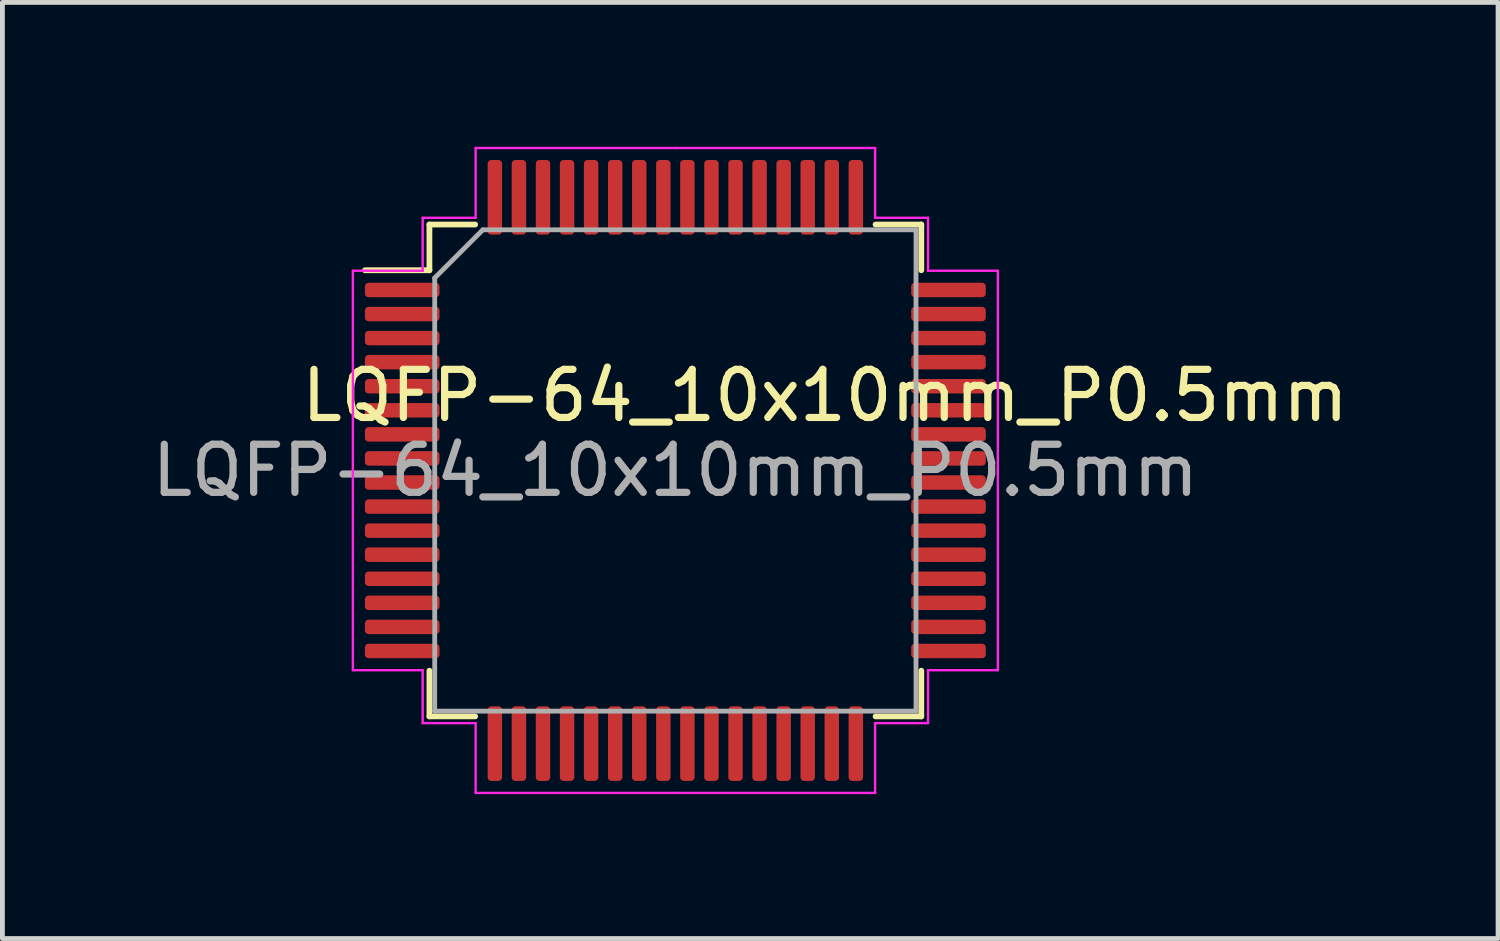
<source format=kicad_pcb>
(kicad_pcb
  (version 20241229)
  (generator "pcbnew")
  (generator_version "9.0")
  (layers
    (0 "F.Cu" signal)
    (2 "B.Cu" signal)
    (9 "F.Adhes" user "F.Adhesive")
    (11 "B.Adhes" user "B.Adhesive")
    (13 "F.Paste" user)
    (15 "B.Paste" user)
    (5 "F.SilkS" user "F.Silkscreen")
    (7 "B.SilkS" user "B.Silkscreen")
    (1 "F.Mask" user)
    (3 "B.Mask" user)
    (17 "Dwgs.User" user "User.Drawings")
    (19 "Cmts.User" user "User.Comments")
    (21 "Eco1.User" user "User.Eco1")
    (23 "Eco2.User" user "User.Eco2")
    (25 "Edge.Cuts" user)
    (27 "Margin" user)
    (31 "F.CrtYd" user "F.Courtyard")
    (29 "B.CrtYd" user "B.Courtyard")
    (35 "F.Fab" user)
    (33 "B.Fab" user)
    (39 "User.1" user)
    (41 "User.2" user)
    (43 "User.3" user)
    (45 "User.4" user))
  (footprint "LQFP-64_10x10mm_P0.5mm"
    (layer "F.Cu")
    (at 10.982 6.725)
    (property "Reference" "LQFP-64_10x10mm_P0.5mm" (at 3.111 -1.556 180) (layer "F.SilkS") (effects (font (size 1 1) (thickness 0.15))))
    (attr smd allow_missing_courtyard)
    (fp_line (start -5.11 -5.11) (end -5.11 -4.16) (stroke (width 0.12) (type solid)) (layer "F.SilkS"))
    (fp_line (start -5.11 -4.16) (end -6.45 -4.16) (stroke (width 0.12) (type solid)) (layer "F.SilkS"))
    (fp_line (start -5.11 5.11) (end -5.11 4.16) (stroke (width 0.12) (type solid)) (layer "F.SilkS"))
    (fp_line (start -4.16 -5.11) (end -5.11 -5.11) (stroke (width 0.12) (type solid)) (layer "F.SilkS"))
    (fp_line (start -4.16 5.11) (end -5.11 5.11) (stroke (width 0.12) (type solid)) (layer "F.SilkS"))
    (fp_line (start 4.16 -5.11) (end 5.11 -5.11) (stroke (width 0.12) (type solid)) (layer "F.SilkS"))
    (fp_line (start 4.16 5.11) (end 5.11 5.11) (stroke (width 0.12) (type solid)) (layer "F.SilkS"))
    (fp_line (start 5.11 -5.11) (end 5.11 -4.16) (stroke (width 0.12) (type solid)) (layer "F.SilkS"))
    (fp_line (start 5.11 5.11) (end 5.11 4.16) (stroke (width 0.12) (type solid)) (layer "F.SilkS"))
    (fp_line (start -6.7 -4.15) (end -6.7 0) (stroke (width 0.05) (type solid)) (layer "F.CrtYd"))
    (fp_line (start -6.7 4.15) (end -6.7 0) (stroke (width 0.05) (type solid)) (layer "F.CrtYd"))
    (fp_line (start -5.25 -5.25) (end -5.25 -4.15) (stroke (width 0.05) (type solid)) (layer "F.CrtYd"))
    (fp_line (start -5.25 -4.15) (end -6.7 -4.15) (stroke (width 0.05) (type solid)) (layer "F.CrtYd"))
    (fp_line (start -5.25 4.15) (end -6.7 4.15) (stroke (width 0.05) (type solid)) (layer "F.CrtYd"))
    (fp_line (start -5.25 5.25) (end -5.25 4.15) (stroke (width 0.05) (type solid)) (layer "F.CrtYd"))
    (fp_line (start -4.15 -6.7) (end -4.15 -5.25) (stroke (width 0.05) (type solid)) (layer "F.CrtYd"))
    (fp_line (start -4.15 -5.25) (end -5.25 -5.25) (stroke (width 0.05) (type solid)) (layer "F.CrtYd"))
    (fp_line (start -4.15 5.25) (end -5.25 5.25) (stroke (width 0.05) (type solid)) (layer "F.CrtYd"))
    (fp_line (start -4.15 6.7) (end -4.15 5.25) (stroke (width 0.05) (type solid)) (layer "F.CrtYd"))
    (fp_line (start 0 -6.7) (end -4.15 -6.7) (stroke (width 0.05) (type solid)) (layer "F.CrtYd"))
    (fp_line (start 0 -6.7) (end 4.15 -6.7) (stroke (width 0.05) (type solid)) (layer "F.CrtYd"))
    (fp_line (start 0 6.7) (end -4.15 6.7) (stroke (width 0.05) (type solid)) (layer "F.CrtYd"))
    (fp_line (start 0 6.7) (end 4.15 6.7) (stroke (width 0.05) (type solid)) (layer "F.CrtYd"))
    (fp_line (start 4.15 -6.7) (end 4.15 -5.25) (stroke (width 0.05) (type solid)) (layer "F.CrtYd"))
    (fp_line (start 4.15 -5.25) (end 5.25 -5.25) (stroke (width 0.05) (type solid)) (layer "F.CrtYd"))
    (fp_line (start 4.15 5.25) (end 5.25 5.25) (stroke (width 0.05) (type solid)) (layer "F.CrtYd"))
    (fp_line (start 4.15 6.7) (end 4.15 5.25) (stroke (width 0.05) (type solid)) (layer "F.CrtYd"))
    (fp_line (start 5.25 -5.25) (end 5.25 -4.15) (stroke (width 0.05) (type solid)) (layer "F.CrtYd"))
    (fp_line (start 5.25 -4.15) (end 6.7 -4.15) (stroke (width 0.05) (type solid)) (layer "F.CrtYd"))
    (fp_line (start 5.25 4.15) (end 6.7 4.15) (stroke (width 0.05) (type solid)) (layer "F.CrtYd"))
    (fp_line (start 5.25 5.25) (end 5.25 4.15) (stroke (width 0.05) (type solid)) (layer "F.CrtYd"))
    (fp_line (start 6.7 -4.15) (end 6.7 0) (stroke (width 0.05) (type solid)) (layer "F.CrtYd"))
    (fp_line (start 6.7 4.15) (end 6.7 0) (stroke (width 0.05) (type solid)) (layer "F.CrtYd"))
    (fp_line (start -5 -4) (end -4 -5) (stroke (width 0.1) (type solid)) (layer "F.Fab"))
    (fp_line (start -5 5) (end -5 -4) (stroke (width 0.1) (type solid)) (layer "F.Fab"))
    (fp_line (start -4 -5) (end 5 -5) (stroke (width 0.1) (type solid)) (layer "F.Fab"))
    (fp_line (start 5 -5) (end 5 5) (stroke (width 0.1) (type solid)) (layer "F.Fab"))
    (fp_line (start 5 5) (end -5 5) (stroke (width 0.1) (type solid)) (layer "F.Fab"))
    (fp_text user "${REFERENCE}" (at 0 0 180) (layer "F.Fab") (effects (font (size 1 1) (thickness 0.15))))
    (pad "1" smd roundrect (at -5.675 -3.75) (size 1.55 0.3) (layers "F.Cu" "F.Mask" "F.Paste") (roundrect_rratio 0.25))
    (pad "2" smd roundrect (at -5.675 -3.25) (size 1.55 0.3) (layers "F.Cu" "F.Mask" "F.Paste") (roundrect_rratio 0.25))
    (pad "3" smd roundrect (at -5.675 -2.75) (size 1.55 0.3) (layers "F.Cu" "F.Mask" "F.Paste") (roundrect_rratio 0.25))
    (pad "4" smd roundrect (at -5.675 -2.25) (size 1.55 0.3) (layers "F.Cu" "F.Mask" "F.Paste") (roundrect_rratio 0.25))
    (pad "5" smd roundrect (at -5.675 -1.75) (size 1.55 0.3) (layers "F.Cu" "F.Mask" "F.Paste") (roundrect_rratio 0.25))
    (pad "6" smd roundrect (at -5.675 -1.25) (size 1.55 0.3) (layers "F.Cu" "F.Mask" "F.Paste") (roundrect_rratio 0.25))
    (pad "7" smd roundrect (at -5.675 -0.75) (size 1.55 0.3) (layers "F.Cu" "F.Mask" "F.Paste") (roundrect_rratio 0.25))
    (pad "8" smd roundrect (at -5.675 -0.25) (size 1.55 0.3) (layers "F.Cu" "F.Mask" "F.Paste") (roundrect_rratio 0.25))
    (pad "9" smd roundrect (at -5.675 0.25) (size 1.55 0.3) (layers "F.Cu" "F.Mask" "F.Paste") (roundrect_rratio 0.25))
    (pad "10" smd roundrect (at -5.675 0.75) (size 1.55 0.3) (layers "F.Cu" "F.Mask" "F.Paste") (roundrect_rratio 0.25))
    (pad "11" smd roundrect (at -5.675 1.25) (size 1.55 0.3) (layers "F.Cu" "F.Mask" "F.Paste") (roundrect_rratio 0.25))
    (pad "12" smd roundrect (at -5.675 1.75) (size 1.55 0.3) (layers "F.Cu" "F.Mask" "F.Paste") (roundrect_rratio 0.25))
    (pad "13" smd roundrect (at -5.675 2.25) (size 1.55 0.3) (layers "F.Cu" "F.Mask" "F.Paste") (roundrect_rratio 0.25))
    (pad "14" smd roundrect (at -5.675 2.75) (size 1.55 0.3) (layers "F.Cu" "F.Mask" "F.Paste") (roundrect_rratio 0.25))
    (pad "15" smd roundrect (at -5.675 3.25) (size 1.55 0.3) (layers "F.Cu" "F.Mask" "F.Paste") (roundrect_rratio 0.25))
    (pad "16" smd roundrect (at -5.675 3.75) (size 1.55 0.3) (layers "F.Cu" "F.Mask" "F.Paste") (roundrect_rratio 0.25))
    (pad "17" smd roundrect (at -3.75 5.675) (size 0.3 1.55) (layers "F.Cu" "F.Mask" "F.Paste") (roundrect_rratio 0.25))
    (pad "18" smd roundrect (at -3.25 5.675) (size 0.3 1.55) (layers "F.Cu" "F.Mask" "F.Paste") (roundrect_rratio 0.25))
    (pad "19" smd roundrect (at -2.75 5.675) (size 0.3 1.55) (layers "F.Cu" "F.Mask" "F.Paste") (roundrect_rratio 0.25))
    (pad "20" smd roundrect (at -2.25 5.675) (size 0.3 1.55) (layers "F.Cu" "F.Mask" "F.Paste") (roundrect_rratio 0.25))
    (pad "21" smd roundrect (at -1.75 5.675) (size 0.3 1.55) (layers "F.Cu" "F.Mask" "F.Paste") (roundrect_rratio 0.25))
    (pad "22" smd roundrect (at -1.25 5.675) (size 0.3 1.55) (layers "F.Cu" "F.Mask" "F.Paste") (roundrect_rratio 0.25))
    (pad "23" smd roundrect (at -0.75 5.675) (size 0.3 1.55) (layers "F.Cu" "F.Mask" "F.Paste") (roundrect_rratio 0.25))
    (pad "24" smd roundrect (at -0.25 5.675) (size 0.3 1.55) (layers "F.Cu" "F.Mask" "F.Paste") (roundrect_rratio 0.25))
    (pad "25" smd roundrect (at 0.25 5.675) (size 0.3 1.55) (layers "F.Cu" "F.Mask" "F.Paste") (roundrect_rratio 0.25))
    (pad "26" smd roundrect (at 0.75 5.675) (size 0.3 1.55) (layers "F.Cu" "F.Mask" "F.Paste") (roundrect_rratio 0.25))
    (pad "27" smd roundrect (at 1.25 5.675) (size 0.3 1.55) (layers "F.Cu" "F.Mask" "F.Paste") (roundrect_rratio 0.25))
    (pad "28" smd roundrect (at 1.75 5.675) (size 0.3 1.55) (layers "F.Cu" "F.Mask" "F.Paste") (roundrect_rratio 0.25))
    (pad "29" smd roundrect (at 2.25 5.675) (size 0.3 1.55) (layers "F.Cu" "F.Mask" "F.Paste") (roundrect_rratio 0.25))
    (pad "30" smd roundrect (at 2.75 5.675) (size 0.3 1.55) (layers "F.Cu" "F.Mask" "F.Paste") (roundrect_rratio 0.25))
    (pad "31" smd roundrect (at 3.25 5.675) (size 0.3 1.55) (layers "F.Cu" "F.Mask" "F.Paste") (roundrect_rratio 0.25))
    (pad "32" smd roundrect (at 3.75 5.675) (size 0.3 1.55) (layers "F.Cu" "F.Mask" "F.Paste") (roundrect_rratio 0.25))
    (pad "33" smd roundrect (at 5.675 3.75) (size 1.55 0.3) (layers "F.Cu" "F.Mask" "F.Paste") (roundrect_rratio 0.25))
    (pad "34" smd roundrect (at 5.675 3.25) (size 1.55 0.3) (layers "F.Cu" "F.Mask" "F.Paste") (roundrect_rratio 0.25))
    (pad "35" smd roundrect (at 5.675 2.75) (size 1.55 0.3) (layers "F.Cu" "F.Mask" "F.Paste") (roundrect_rratio 0.25))
    (pad "36" smd roundrect (at 5.675 2.25) (size 1.55 0.3) (layers "F.Cu" "F.Mask" "F.Paste") (roundrect_rratio 0.25))
    (pad "37" smd roundrect (at 5.675 1.75) (size 1.55 0.3) (layers "F.Cu" "F.Mask" "F.Paste") (roundrect_rratio 0.25))
    (pad "38" smd roundrect (at 5.675 1.25) (size 1.55 0.3) (layers "F.Cu" "F.Mask" "F.Paste") (roundrect_rratio 0.25))
    (pad "39" smd roundrect (at 5.675 0.75) (size 1.55 0.3) (layers "F.Cu" "F.Mask" "F.Paste") (roundrect_rratio 0.25))
    (pad "40" smd roundrect (at 5.675 0.25) (size 1.55 0.3) (layers "F.Cu" "F.Mask" "F.Paste") (roundrect_rratio 0.25))
    (pad "41" smd roundrect (at 5.675 -0.25) (size 1.55 0.3) (layers "F.Cu" "F.Mask" "F.Paste") (roundrect_rratio 0.25))
    (pad "42" smd roundrect (at 5.675 -0.75) (size 1.55 0.3) (layers "F.Cu" "F.Mask" "F.Paste") (roundrect_rratio 0.25))
    (pad "43" smd roundrect (at 5.675 -1.25) (size 1.55 0.3) (layers "F.Cu" "F.Mask" "F.Paste") (roundrect_rratio 0.25))
    (pad "44" smd roundrect (at 5.675 -1.75) (size 1.55 0.3) (layers "F.Cu" "F.Mask" "F.Paste") (roundrect_rratio 0.25))
    (pad "45" smd roundrect (at 5.675 -2.25) (size 1.55 0.3) (layers "F.Cu" "F.Mask" "F.Paste") (roundrect_rratio 0.25))
    (pad "46" smd roundrect (at 5.675 -2.75) (size 1.55 0.3) (layers "F.Cu" "F.Mask" "F.Paste") (roundrect_rratio 0.25))
    (pad "47" smd roundrect (at 5.675 -3.25) (size 1.55 0.3) (layers "F.Cu" "F.Mask" "F.Paste") (roundrect_rratio 0.25))
    (pad "48" smd roundrect (at 5.675 -3.75) (size 1.55 0.3) (layers "F.Cu" "F.Mask" "F.Paste") (roundrect_rratio 0.25))
    (pad "49" smd roundrect (at 3.75 -5.675) (size 0.3 1.55) (layers "F.Cu" "F.Mask" "F.Paste") (roundrect_rratio 0.25))
    (pad "50" smd roundrect (at 3.25 -5.675) (size 0.3 1.55) (layers "F.Cu" "F.Mask" "F.Paste") (roundrect_rratio 0.25))
    (pad "51" smd roundrect (at 2.75 -5.675) (size 0.3 1.55) (layers "F.Cu" "F.Mask" "F.Paste") (roundrect_rratio 0.25))
    (pad "52" smd roundrect (at 2.25 -5.675) (size 0.3 1.55) (layers "F.Cu" "F.Mask" "F.Paste") (roundrect_rratio 0.25))
    (pad "53" smd roundrect (at 1.75 -5.675) (size 0.3 1.55) (layers "F.Cu" "F.Mask" "F.Paste") (roundrect_rratio 0.25))
    (pad "54" smd roundrect (at 1.25 -5.675) (size 0.3 1.55) (layers "F.Cu" "F.Mask" "F.Paste") (roundrect_rratio 0.25))
    (pad "55" smd roundrect (at 0.75 -5.675) (size 0.3 1.55) (layers "F.Cu" "F.Mask" "F.Paste") (roundrect_rratio 0.25))
    (pad "56" smd roundrect (at 0.25 -5.675) (size 0.3 1.55) (layers "F.Cu" "F.Mask" "F.Paste") (roundrect_rratio 0.25))
    (pad "57" smd roundrect (at -0.25 -5.675) (size 0.3 1.55) (layers "F.Cu" "F.Mask" "F.Paste") (roundrect_rratio 0.25))
    (pad "58" smd roundrect (at -0.75 -5.675) (size 0.3 1.55) (layers "F.Cu" "F.Mask" "F.Paste") (roundrect_rratio 0.25))
    (pad "59" smd roundrect (at -1.25 -5.675) (size 0.3 1.55) (layers "F.Cu" "F.Mask" "F.Paste") (roundrect_rratio 0.25))
    (pad "60" smd roundrect (at -1.75 -5.675) (size 0.3 1.55) (layers "F.Cu" "F.Mask" "F.Paste") (roundrect_rratio 0.25))
    (pad "61" smd roundrect (at -2.25 -5.675) (size 0.3 1.55) (layers "F.Cu" "F.Mask" "F.Paste") (roundrect_rratio 0.25))
    (pad "62" smd roundrect (at -2.75 -5.675) (size 0.3 1.55) (layers "F.Cu" "F.Mask" "F.Paste") (roundrect_rratio 0.25))
    (pad "63" smd roundrect (at -3.25 -5.675) (size 0.3 1.55) (layers "F.Cu" "F.Mask" "F.Paste") (roundrect_rratio 0.25))
    (pad "64" smd roundrect (at -3.75 -5.675) (size 0.3 1.55) (layers "F.Cu" "F.Mask" "F.Paste") (roundrect_rratio 0.25)))
  (gr_rect
    (start -3 -3)
    (end 28.076 16.45)
    (stroke (width 0.1) (type default))
    (fill no)
    (layer "Edge.Cuts")))
</source>
